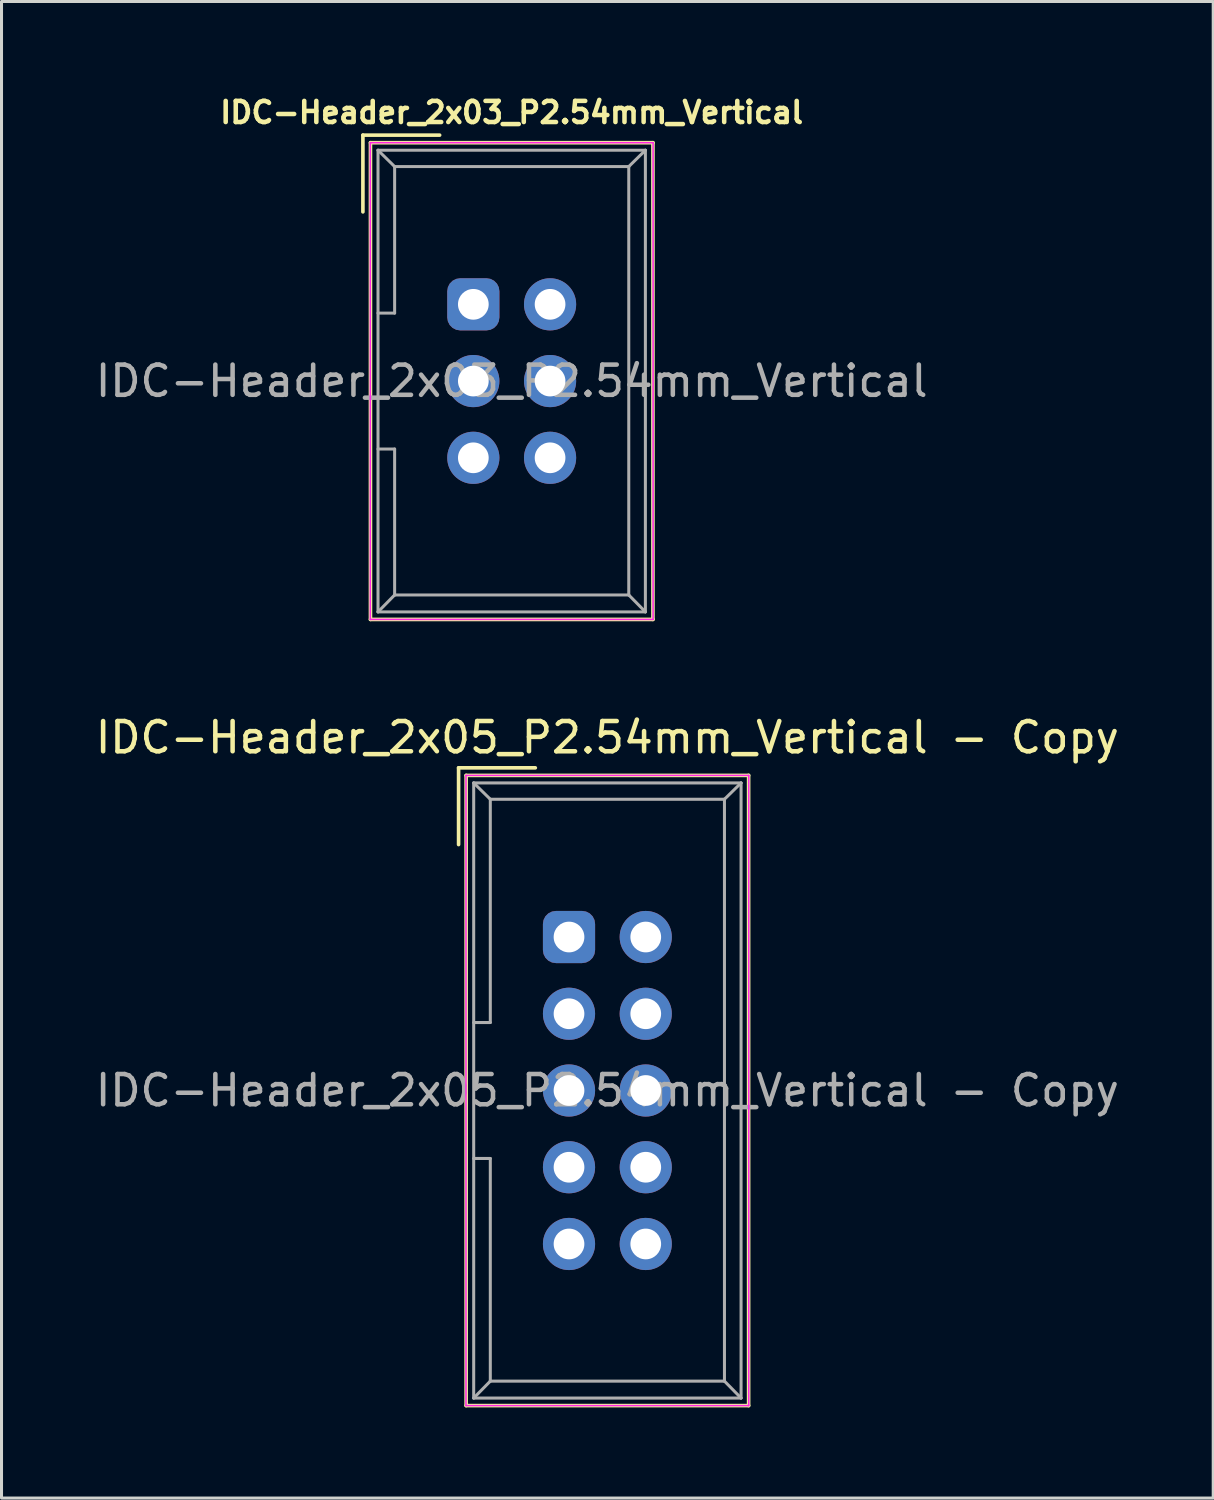
<source format=kicad_pcb>
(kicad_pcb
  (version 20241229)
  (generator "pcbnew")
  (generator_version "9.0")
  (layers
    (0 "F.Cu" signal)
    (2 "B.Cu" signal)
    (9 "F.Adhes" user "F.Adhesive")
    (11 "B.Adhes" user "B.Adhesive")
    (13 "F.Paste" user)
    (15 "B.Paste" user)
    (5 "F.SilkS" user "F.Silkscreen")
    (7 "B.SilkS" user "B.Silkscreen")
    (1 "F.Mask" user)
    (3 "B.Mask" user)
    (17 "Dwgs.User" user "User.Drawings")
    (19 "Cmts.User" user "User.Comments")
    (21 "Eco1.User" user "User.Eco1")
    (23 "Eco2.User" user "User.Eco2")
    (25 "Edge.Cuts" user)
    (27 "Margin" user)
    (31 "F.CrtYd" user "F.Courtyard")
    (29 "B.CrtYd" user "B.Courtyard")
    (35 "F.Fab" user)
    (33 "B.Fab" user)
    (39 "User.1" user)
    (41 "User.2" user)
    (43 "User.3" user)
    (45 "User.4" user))
  (footprint "IDC-Header_2x05_P2.54mm_Vertical - Copy"
    (layer "F.Cu")
    (at 15.784 27.965)
    (property "Reference" "IDC-Header_2x05_P2.54mm_Vertical - Copy" (at 1.27 -6.604 0) (layer "F.SilkS") (effects (font (size 1 1) (thickness 0.15))))
    (attr through_hole)
    (fp_line (start -3.655 -5.6) (end -3.655 -3.06) (stroke (width 0.12) (type solid)) (layer "F.SilkS"))
    (fp_line (start -3.655 -5.6) (end -1.115 -5.6) (stroke (width 0.12) (type solid)) (layer "F.SilkS"))
    (fp_line (start -3.405 -5.35) (end 5.945 -5.35) (stroke (width 0.12) (type solid)) (layer "F.SilkS"))
    (fp_line (start -3.405 15.51) (end -3.405 -5.35) (stroke (width 0.12) (type solid)) (layer "F.SilkS"))
    (fp_line (start 5.945 -5.35) (end 5.945 15.51) (stroke (width 0.12) (type solid)) (layer "F.SilkS"))
    (fp_line (start 5.945 15.51) (end -3.405 15.51) (stroke (width 0.12) (type solid)) (layer "F.SilkS"))
    (fp_line (start -3.41 -5.35) (end 5.95 -5.35) (stroke (width 0.05) (type solid)) (layer "F.CrtYd"))
    (fp_line (start -3.41 15.51) (end -3.41 -5.35) (stroke (width 0.05) (type solid)) (layer "F.CrtYd"))
    (fp_line (start 5.95 -5.35) (end 5.95 15.51) (stroke (width 0.05) (type solid)) (layer "F.CrtYd"))
    (fp_line (start 5.95 15.51) (end -3.41 15.51) (stroke (width 0.05) (type solid)) (layer "F.CrtYd"))
    (fp_line (start -3.155 -5.1) (end -3.155 15.26) (stroke (width 0.1) (type solid)) (layer "F.Fab"))
    (fp_line (start -3.155 -5.1) (end -2.605 -4.56) (stroke (width 0.1) (type solid)) (layer "F.Fab"))
    (fp_line (start -3.155 15.26) (end -2.605 14.7) (stroke (width 0.1) (type solid)) (layer "F.Fab"))
    (fp_line (start -2.605 -4.56) (end -2.605 2.83) (stroke (width 0.1) (type solid)) (layer "F.Fab"))
    (fp_line (start -2.605 2.83) (end -3.155 2.83) (stroke (width 0.1) (type solid)) (layer "F.Fab"))
    (fp_line (start -2.605 7.33) (end -3.155 7.33) (stroke (width 0.1) (type solid)) (layer "F.Fab"))
    (fp_line (start -2.605 7.33) (end -2.605 14.7) (stroke (width 0.1) (type solid)) (layer "F.Fab"))
    (fp_line (start 5.145 -4.56) (end -2.605 -4.56) (stroke (width 0.1) (type solid)) (layer "F.Fab"))
    (fp_line (start 5.145 -4.56) (end 5.145 14.7) (stroke (width 0.1) (type solid)) (layer "F.Fab"))
    (fp_line (start 5.145 14.7) (end -2.605 14.7) (stroke (width 0.1) (type solid)) (layer "F.Fab"))
    (fp_line (start 5.695 -5.1) (end -3.155 -5.1) (stroke (width 0.1) (type solid)) (layer "F.Fab"))
    (fp_line (start 5.695 -5.1) (end 5.145 -4.56) (stroke (width 0.1) (type solid)) (layer "F.Fab"))
    (fp_line (start 5.695 -5.1) (end 5.695 15.26) (stroke (width 0.1) (type solid)) (layer "F.Fab"))
    (fp_line (start 5.695 15.26) (end -3.155 15.26) (stroke (width 0.1) (type solid)) (layer "F.Fab"))
    (fp_line (start 5.695 15.26) (end 5.145 14.7) (stroke (width 0.1) (type solid)) (layer "F.Fab"))
    (fp_text user "${REFERENCE}" (at 1.27 5.08 0) (layer "F.Fab") (effects (font (size 1 1) (thickness 0.15))))
    (pad "1" thru_hole roundrect (at 0 0) (size 1.727 1.727) (drill 1.016) (layers "*.Cu" "*.Mask") (roundrect_rratio 0.25))
    (pad "2" thru_hole oval (at 2.54 0) (size 1.727 1.727) (drill 1.016) (layers "*.Cu" "*.Mask"))
    (pad "3" thru_hole oval (at 0 2.54) (size 1.727 1.727) (drill 1.016) (layers "*.Cu" "*.Mask"))
    (pad "4" thru_hole oval (at 2.54 2.54) (size 1.727 1.727) (drill 1.016) (layers "*.Cu" "*.Mask"))
    (pad "5" thru_hole oval (at 0 5.08) (size 1.727 1.727) (drill 1.016) (layers "*.Cu" "*.Mask"))
    (pad "6" thru_hole oval (at 2.54 5.08) (size 1.727 1.727) (drill 1.016) (layers "*.Cu" "*.Mask"))
    (pad "7" thru_hole oval (at 0 7.62) (size 1.727 1.727) (drill 1.016) (layers "*.Cu" "*.Mask"))
    (pad "8" thru_hole oval (at 2.54 7.62) (size 1.727 1.727) (drill 1.016) (layers "*.Cu" "*.Mask"))
    (pad "9" thru_hole oval (at 0 10.16) (size 1.727 1.727) (drill 1.016) (layers "*.Cu" "*.Mask"))
    (pad "10" thru_hole oval (at 2.54 10.16) (size 1.727 1.727) (drill 1.016) (layers "*.Cu" "*.Mask")))
  (footprint "IDC-Header_2x03_P2.54mm_Vertical"
    (layer "F.Cu")
    (at 12.617 7.023)
    (property "Reference" "IDC-Header_2x03_P2.54mm_Vertical" (at 1.27 -6.35 0) (layer "F.SilkS") (effects (font (size 0.7 0.7) (thickness 0.15))))
    (attr through_hole)
    (fp_line (start -3.655 -5.6) (end -3.655 -3.06) (stroke (width 0.12) (type solid)) (layer "F.SilkS"))
    (fp_line (start -3.655 -5.6) (end -1.115 -5.6) (stroke (width 0.12) (type solid)) (layer "F.SilkS"))
    (fp_line (start -3.405 -5.35) (end 5.945 -5.35) (stroke (width 0.12) (type solid)) (layer "F.SilkS"))
    (fp_line (start -3.405 10.43) (end -3.405 -5.35) (stroke (width 0.12) (type solid)) (layer "F.SilkS"))
    (fp_line (start 5.945 -5.35) (end 5.945 10.43) (stroke (width 0.12) (type solid)) (layer "F.SilkS"))
    (fp_line (start 5.945 10.43) (end -3.405 10.43) (stroke (width 0.12) (type solid)) (layer "F.SilkS"))
    (fp_line (start -3.41 -5.35) (end 5.95 -5.35) (stroke (width 0.05) (type solid)) (layer "F.CrtYd"))
    (fp_line (start -3.41 10.43) (end -3.41 -5.35) (stroke (width 0.05) (type solid)) (layer "F.CrtYd"))
    (fp_line (start 5.95 -5.35) (end 5.95 10.43) (stroke (width 0.05) (type solid)) (layer "F.CrtYd"))
    (fp_line (start 5.95 10.43) (end -3.41 10.43) (stroke (width 0.05) (type solid)) (layer "F.CrtYd"))
    (fp_line (start -3.155 -5.1) (end -3.155 10.18) (stroke (width 0.1) (type solid)) (layer "F.Fab"))
    (fp_line (start -3.155 -5.1) (end -2.605 -4.56) (stroke (width 0.1) (type solid)) (layer "F.Fab"))
    (fp_line (start -3.155 10.18) (end -2.605 9.62) (stroke (width 0.1) (type solid)) (layer "F.Fab"))
    (fp_line (start -2.605 -4.56) (end -2.605 0.29) (stroke (width 0.1) (type solid)) (layer "F.Fab"))
    (fp_line (start -2.605 0.29) (end -3.155 0.29) (stroke (width 0.1) (type solid)) (layer "F.Fab"))
    (fp_line (start -2.605 4.79) (end -3.155 4.79) (stroke (width 0.1) (type solid)) (layer "F.Fab"))
    (fp_line (start -2.605 4.79) (end -2.605 9.62) (stroke (width 0.1) (type solid)) (layer "F.Fab"))
    (fp_line (start 5.145 -4.56) (end -2.605 -4.56) (stroke (width 0.1) (type solid)) (layer "F.Fab"))
    (fp_line (start 5.145 -4.56) (end 5.145 9.62) (stroke (width 0.1) (type solid)) (layer "F.Fab"))
    (fp_line (start 5.145 9.62) (end -2.605 9.62) (stroke (width 0.1) (type solid)) (layer "F.Fab"))
    (fp_line (start 5.695 -5.1) (end -3.155 -5.1) (stroke (width 0.1) (type solid)) (layer "F.Fab"))
    (fp_line (start 5.695 -5.1) (end 5.145 -4.56) (stroke (width 0.1) (type solid)) (layer "F.Fab"))
    (fp_line (start 5.695 -5.1) (end 5.695 10.18) (stroke (width 0.1) (type solid)) (layer "F.Fab"))
    (fp_line (start 5.695 10.18) (end -3.155 10.18) (stroke (width 0.1) (type solid)) (layer "F.Fab"))
    (fp_line (start 5.695 10.18) (end 5.145 9.62) (stroke (width 0.1) (type solid)) (layer "F.Fab"))
    (fp_text user "${REFERENCE}" (at 1.27 2.54 0) (layer "F.Fab") (effects (font (size 1 1) (thickness 0.15))))
    (pad "1" thru_hole roundrect (at 0 0) (size 1.727 1.727) (drill 1.016) (layers "*.Cu" "*.Mask") (roundrect_rratio 0.25))
    (pad "2" thru_hole oval (at 2.54 0) (size 1.727 1.727) (drill 1.016) (layers "*.Cu" "*.Mask"))
    (pad "3" thru_hole oval (at 0 2.54) (size 1.727 1.727) (drill 1.016) (layers "*.Cu" "*.Mask"))
    (pad "4" thru_hole oval (at 2.54 2.54) (size 1.727 1.727) (drill 1.016) (layers "*.Cu" "*.Mask"))
    (pad "5" thru_hole oval (at 0 5.08) (size 1.727 1.727) (drill 1.016) (layers "*.Cu" "*.Mask"))
    (pad "6" thru_hole oval (at 2.54 5.08) (size 1.727 1.727) (drill 1.016) (layers "*.Cu" "*.Mask")))
  (gr_rect
    (start -3 -3)
    (end 37.107 46.535)
    (stroke (width 0.1) (type default))
    (fill no)
    (layer "Edge.Cuts")))
</source>
